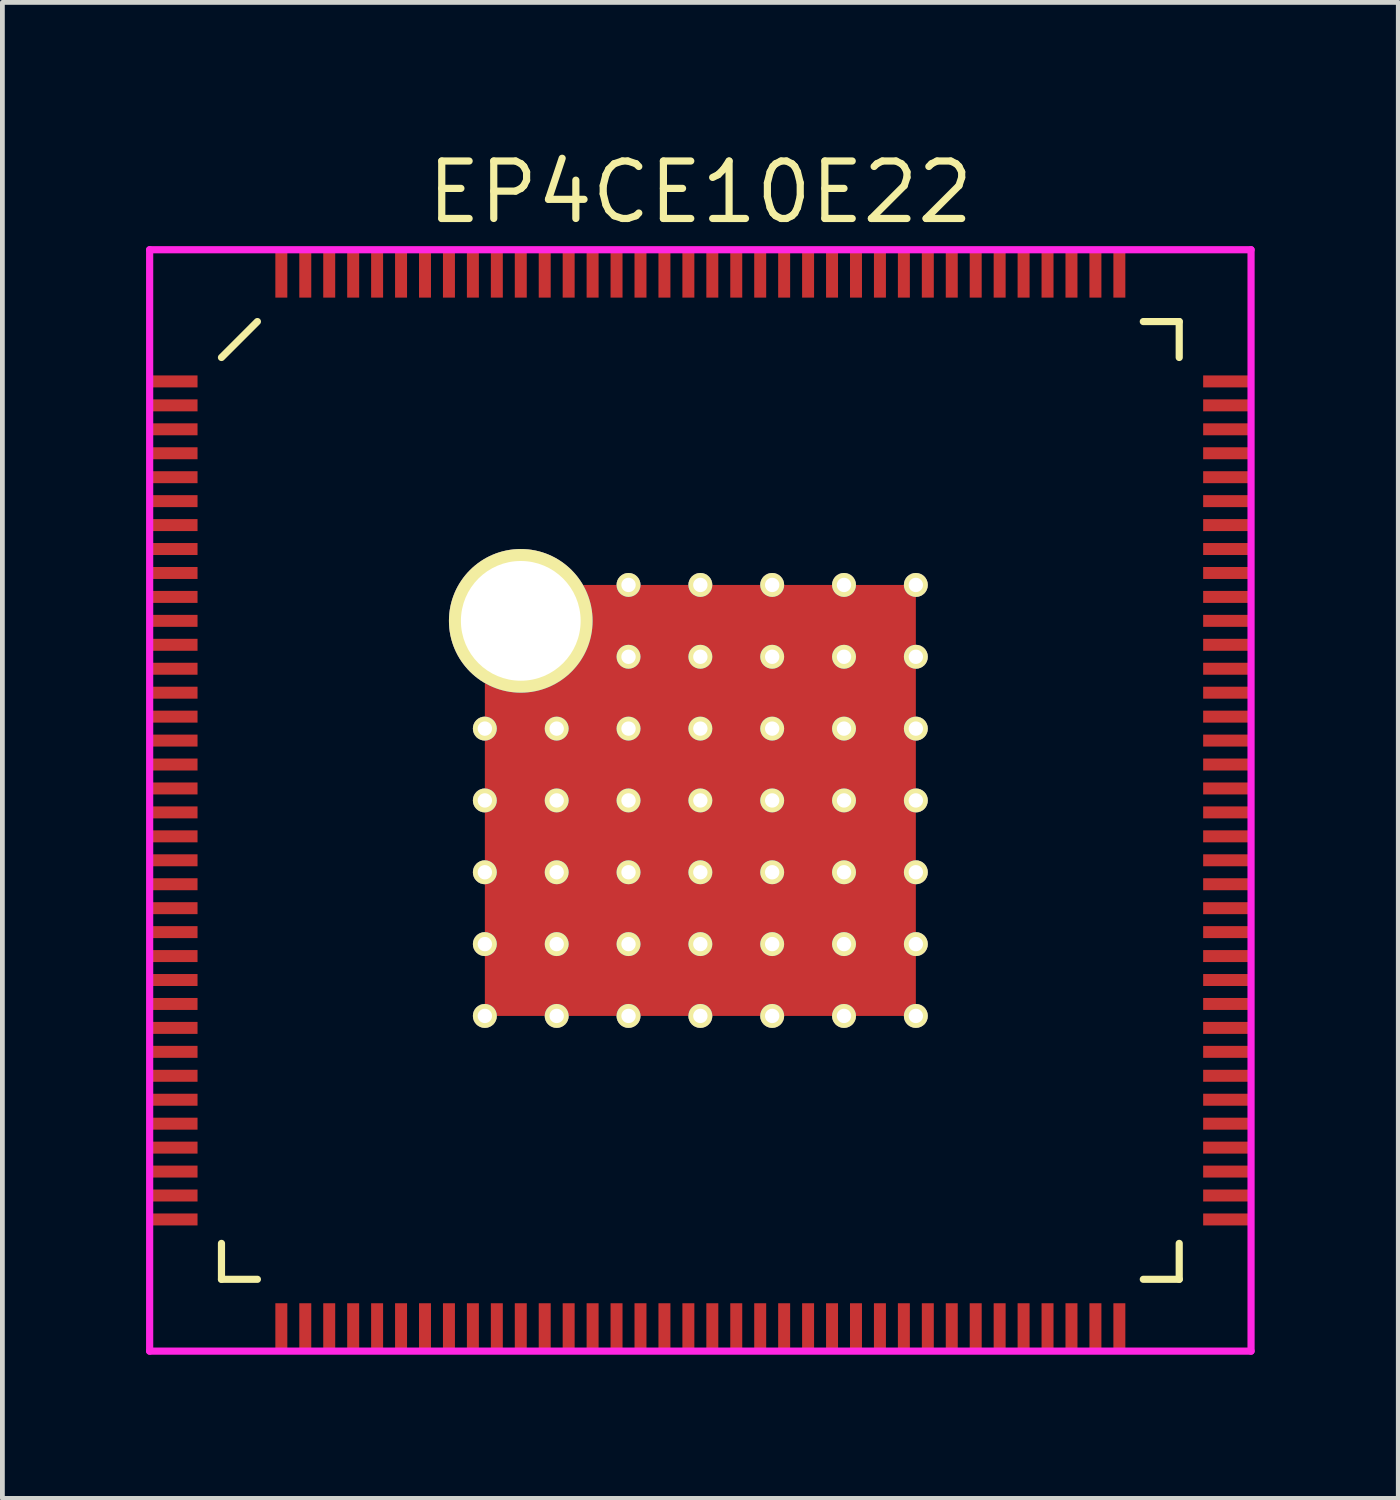
<source format=kicad_pcb>
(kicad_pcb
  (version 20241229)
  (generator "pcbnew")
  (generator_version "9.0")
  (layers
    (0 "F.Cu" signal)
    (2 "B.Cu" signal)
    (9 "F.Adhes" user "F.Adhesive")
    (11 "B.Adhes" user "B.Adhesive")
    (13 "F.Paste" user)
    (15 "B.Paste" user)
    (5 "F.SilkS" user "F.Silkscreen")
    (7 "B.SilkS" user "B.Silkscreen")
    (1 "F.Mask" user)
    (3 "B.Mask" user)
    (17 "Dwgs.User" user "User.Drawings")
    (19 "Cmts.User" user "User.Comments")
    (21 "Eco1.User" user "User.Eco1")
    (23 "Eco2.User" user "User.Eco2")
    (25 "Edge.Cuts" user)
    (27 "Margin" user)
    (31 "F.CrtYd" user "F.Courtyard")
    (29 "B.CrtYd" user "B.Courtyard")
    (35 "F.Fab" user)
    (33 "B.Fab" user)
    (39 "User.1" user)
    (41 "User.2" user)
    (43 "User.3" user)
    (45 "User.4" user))
  (footprint "EP4CE10E22"
    (layer "F.Cu")
    (at 11.575 13.665)
    (property "Reference" "EP4CE10E22" (at 0 -12.7 0) (layer "F.SilkS") (effects (font (size 1.2 1.2) (thickness 0.15))))
    (attr through_hole)
    (fp_line (start -10 -9.25) (end -9.25 -10) (stroke (width 0.15) (type solid)) (layer "F.SilkS"))
    (fp_line (start -10 10) (end -10 9.25) (stroke (width 0.15) (type solid)) (layer "F.SilkS"))
    (fp_line (start -9.25 10) (end -10 10) (stroke (width 0.15) (type solid)) (layer "F.SilkS"))
    (fp_line (start 9.25 -10) (end 10 -10) (stroke (width 0.15) (type solid)) (layer "F.SilkS"))
    (fp_line (start 9.25 10) (end 10 10) (stroke (width 0.15) (type solid)) (layer "F.SilkS"))
    (fp_line (start 10 -10) (end 10 -9.25) (stroke (width 0.15) (type solid)) (layer "F.SilkS"))
    (fp_line (start 10 10) (end 10 9.25) (stroke (width 0.15) (type solid)) (layer "F.SilkS"))
    (fp_line (start -11.5 -11.5) (end 11.5 -11.5) (stroke (width 0.15) (type solid)) (layer "F.CrtYd"))
    (fp_line (start -11.5 11.5) (end -11.5 -11.5) (stroke (width 0.15) (type solid)) (layer "F.CrtYd"))
    (fp_line (start 11.5 -11.5) (end 11.5 11.5) (stroke (width 0.15) (type solid)) (layer "F.CrtYd"))
    (fp_line (start 11.5 11.5) (end -11.5 11.5) (stroke (width 0.15) (type solid)) (layer "F.CrtYd"))
    (pad "1" smd rect (at -11 -8.75 90) (size 0.25 1) (layers "F.Cu" "F.Mask" "F.Paste"))
    (pad "2" smd rect (at -11 -8.25 90) (size 0.25 1) (layers "F.Cu" "F.Mask" "F.Paste"))
    (pad "3" smd rect (at -11 -7.75 90) (size 0.25 1) (layers "F.Cu" "F.Mask" "F.Paste"))
    (pad "4" smd rect (at -11 -7.25 90) (size 0.25 1) (layers "F.Cu" "F.Mask" "F.Paste"))
    (pad "5" smd rect (at -11 -6.75 90) (size 0.25 1) (layers "F.Cu" "F.Mask" "F.Paste"))
    (pad "6" smd rect (at -11 -6.25 90) (size 0.25 1) (layers "F.Cu" "F.Mask" "F.Paste"))
    (pad "7" smd rect (at -11 -5.75 90) (size 0.25 1) (layers "F.Cu" "F.Mask" "F.Paste"))
    (pad "8" smd rect (at -11 -5.25 90) (size 0.25 1) (layers "F.Cu" "F.Mask" "F.Paste"))
    (pad "9" smd rect (at -11 -4.75 90) (size 0.25 1) (layers "F.Cu" "F.Mask" "F.Paste"))
    (pad "10" smd rect (at -11 -4.25 90) (size 0.25 1) (layers "F.Cu" "F.Mask" "F.Paste"))
    (pad "11" smd rect (at -11 -3.75 90) (size 0.25 1) (layers "F.Cu" "F.Mask" "F.Paste"))
    (pad "12" smd rect (at -11 -3.25 90) (size 0.25 1) (layers "F.Cu" "F.Mask" "F.Paste"))
    (pad "13" smd rect (at -11 -2.75 90) (size 0.25 1) (layers "F.Cu" "F.Mask" "F.Paste"))
    (pad "14" smd rect (at -11 -2.25 90) (size 0.25 1) (layers "F.Cu" "F.Mask" "F.Paste"))
    (pad "15" smd rect (at -11 -1.75 90) (size 0.25 1) (layers "F.Cu" "F.Mask" "F.Paste"))
    (pad "16" smd rect (at -11 -1.25 90) (size 0.25 1) (layers "F.Cu" "F.Mask" "F.Paste"))
    (pad "17" smd rect (at -11 -0.75 90) (size 0.25 1) (layers "F.Cu" "F.Mask" "F.Paste"))
    (pad "18" smd rect (at -11 -0.25 90) (size 0.25 1) (layers "F.Cu" "F.Mask" "F.Paste"))
    (pad "19" smd rect (at -11 0.25 90) (size 0.25 1) (layers "F.Cu" "F.Mask" "F.Paste"))
    (pad "20" smd rect (at -11 0.75 90) (size 0.25 1) (layers "F.Cu" "F.Mask" "F.Paste"))
    (pad "21" smd rect (at -11 1.25 90) (size 0.25 1) (layers "F.Cu" "F.Mask" "F.Paste"))
    (pad "22" smd rect (at -11 1.75 90) (size 0.25 1) (layers "F.Cu" "F.Mask" "F.Paste"))
    (pad "23" smd rect (at -11 2.25 90) (size 0.25 1) (layers "F.Cu" "F.Mask" "F.Paste"))
    (pad "24" smd rect (at -11 2.75 90) (size 0.25 1) (layers "F.Cu" "F.Mask" "F.Paste"))
    (pad "25" smd rect (at -11 3.25 90) (size 0.25 1) (layers "F.Cu" "F.Mask" "F.Paste"))
    (pad "26" smd rect (at -11 3.75 90) (size 0.25 1) (layers "F.Cu" "F.Mask" "F.Paste"))
    (pad "27" smd rect (at -11 4.25 90) (size 0.25 1) (layers "F.Cu" "F.Mask" "F.Paste"))
    (pad "28" smd rect (at -11 4.75 90) (size 0.25 1) (layers "F.Cu" "F.Mask" "F.Paste"))
    (pad "29" smd rect (at -11 5.25 90) (size 0.25 1) (layers "F.Cu" "F.Mask" "F.Paste"))
    (pad "30" smd rect (at -11 5.75 90) (size 0.25 1) (layers "F.Cu" "F.Mask" "F.Paste"))
    (pad "31" smd rect (at -11 6.25 90) (size 0.25 1) (layers "F.Cu" "F.Mask" "F.Paste"))
    (pad "32" smd rect (at -11 6.75 90) (size 0.25 1) (layers "F.Cu" "F.Mask" "F.Paste"))
    (pad "33" smd rect (at -11 7.25 90) (size 0.25 1) (layers "F.Cu" "F.Mask" "F.Paste"))
    (pad "34" smd rect (at -11 7.75 90) (size 0.25 1) (layers "F.Cu" "F.Mask" "F.Paste"))
    (pad "35" smd rect (at -11 8.25 90) (size 0.25 1) (layers "F.Cu" "F.Mask" "F.Paste"))
    (pad "36" smd rect (at -11 8.75 90) (size 0.25 1) (layers "F.Cu" "F.Mask" "F.Paste"))
    (pad "37" smd rect (at -8.75 11) (size 0.25 1) (layers "F.Cu" "F.Mask" "F.Paste"))
    (pad "38" smd rect (at -8.25 11) (size 0.25 1) (layers "F.Cu" "F.Mask" "F.Paste"))
    (pad "39" smd rect (at -7.75 11) (size 0.25 1) (layers "F.Cu" "F.Mask" "F.Paste"))
    (pad "40" smd rect (at -7.25 11) (size 0.25 1) (layers "F.Cu" "F.Mask" "F.Paste"))
    (pad "41" smd rect (at -6.75 11) (size 0.25 1) (layers "F.Cu" "F.Mask" "F.Paste"))
    (pad "42" smd rect (at -6.25 11) (size 0.25 1) (layers "F.Cu" "F.Mask" "F.Paste"))
    (pad "43" smd rect (at -5.75 11) (size 0.25 1) (layers "F.Cu" "F.Mask" "F.Paste"))
    (pad "44" smd rect (at -5.25 11) (size 0.25 1) (layers "F.Cu" "F.Mask" "F.Paste"))
    (pad "45" smd rect (at -4.75 11) (size 0.25 1) (layers "F.Cu" "F.Mask" "F.Paste"))
    (pad "46" smd rect (at -4.25 11) (size 0.25 1) (layers "F.Cu" "F.Mask" "F.Paste"))
    (pad "47" smd rect (at -3.75 11) (size 0.25 1) (layers "F.Cu" "F.Mask" "F.Paste"))
    (pad "48" smd rect (at -3.25 11) (size 0.25 1) (layers "F.Cu" "F.Mask" "F.Paste"))
    (pad "49" smd rect (at -2.75 11) (size 0.25 1) (layers "F.Cu" "F.Mask" "F.Paste"))
    (pad "50" smd rect (at -2.25 11) (size 0.25 1) (layers "F.Cu" "F.Mask" "F.Paste"))
    (pad "51" smd rect (at -1.75 11) (size 0.25 1) (layers "F.Cu" "F.Mask" "F.Paste"))
    (pad "52" smd rect (at -1.25 11) (size 0.25 1) (layers "F.Cu" "F.Mask" "F.Paste"))
    (pad "53" smd rect (at -0.75 11) (size 0.25 1) (layers "F.Cu" "F.Mask" "F.Paste"))
    (pad "54" smd rect (at -0.25 11) (size 0.25 1) (layers "F.Cu" "F.Mask" "F.Paste"))
    (pad "55" smd rect (at 0.25 11) (size 0.25 1) (layers "F.Cu" "F.Mask" "F.Paste"))
    (pad "56" smd rect (at 0.75 11) (size 0.25 1) (layers "F.Cu" "F.Mask" "F.Paste"))
    (pad "57" smd rect (at 1.25 11) (size 0.25 1) (layers "F.Cu" "F.Mask" "F.Paste"))
    (pad "58" smd rect (at 1.75 11) (size 0.25 1) (layers "F.Cu" "F.Mask" "F.Paste"))
    (pad "59" smd rect (at 2.25 11) (size 0.25 1) (layers "F.Cu" "F.Mask" "F.Paste"))
    (pad "60" smd rect (at 2.75 11) (size 0.25 1) (layers "F.Cu" "F.Mask" "F.Paste"))
    (pad "61" smd rect (at 3.25 11) (size 0.25 1) (layers "F.Cu" "F.Mask" "F.Paste"))
    (pad "62" smd rect (at 3.75 11) (size 0.25 1) (layers "F.Cu" "F.Mask" "F.Paste"))
    (pad "63" smd rect (at 4.25 11) (size 0.25 1) (layers "F.Cu" "F.Mask" "F.Paste"))
    (pad "64" smd rect (at 4.75 11) (size 0.25 1) (layers "F.Cu" "F.Mask" "F.Paste"))
    (pad "65" smd rect (at 5.25 11) (size 0.25 1) (layers "F.Cu" "F.Mask" "F.Paste"))
    (pad "66" smd rect (at 5.75 11) (size 0.25 1) (layers "F.Cu" "F.Mask" "F.Paste"))
    (pad "67" smd rect (at 6.25 11) (size 0.25 1) (layers "F.Cu" "F.Mask" "F.Paste"))
    (pad "68" smd rect (at 6.75 11) (size 0.25 1) (layers "F.Cu" "F.Mask" "F.Paste"))
    (pad "69" smd rect (at 7.25 11) (size 0.25 1) (layers "F.Cu" "F.Mask" "F.Paste"))
    (pad "70" smd rect (at 7.75 11) (size 0.25 1) (layers "F.Cu" "F.Mask" "F.Paste"))
    (pad "71" smd rect (at 8.25 11) (size 0.25 1) (layers "F.Cu" "F.Mask" "F.Paste"))
    (pad "72" smd rect (at 8.75 11) (size 0.25 1) (layers "F.Cu" "F.Mask" "F.Paste"))
    (pad "73" smd rect (at 11 8.75 90) (size 0.25 1) (layers "F.Cu" "F.Mask" "F.Paste"))
    (pad "74" smd rect (at 11 8.25 90) (size 0.25 1) (layers "F.Cu" "F.Mask" "F.Paste"))
    (pad "75" smd rect (at 11 7.75 90) (size 0.25 1) (layers "F.Cu" "F.Mask" "F.Paste"))
    (pad "76" smd rect (at 11 7.25 90) (size 0.25 1) (layers "F.Cu" "F.Mask" "F.Paste"))
    (pad "77" smd rect (at 11 6.75 90) (size 0.25 1) (layers "F.Cu" "F.Mask" "F.Paste"))
    (pad "78" smd rect (at 11 6.25 90) (size 0.25 1) (layers "F.Cu" "F.Mask" "F.Paste"))
    (pad "79" smd rect (at 11 5.75 90) (size 0.25 1) (layers "F.Cu" "F.Mask" "F.Paste"))
    (pad "80" smd rect (at 11 5.25 90) (size 0.25 1) (layers "F.Cu" "F.Mask" "F.Paste"))
    (pad "81" smd rect (at 11 4.75 90) (size 0.25 1) (layers "F.Cu" "F.Mask" "F.Paste"))
    (pad "82" smd rect (at 11 4.25 90) (size 0.25 1) (layers "F.Cu" "F.Mask" "F.Paste"))
    (pad "83" smd rect (at 11 3.75 90) (size 0.25 1) (layers "F.Cu" "F.Mask" "F.Paste"))
    (pad "84" smd rect (at 11 3.25 90) (size 0.25 1) (layers "F.Cu" "F.Mask" "F.Paste"))
    (pad "85" smd rect (at 11 2.75 90) (size 0.25 1) (layers "F.Cu" "F.Mask" "F.Paste"))
    (pad "86" smd rect (at 11 2.25 90) (size 0.25 1) (layers "F.Cu" "F.Mask" "F.Paste"))
    (pad "87" smd rect (at 11 1.75 90) (size 0.25 1) (layers "F.Cu" "F.Mask" "F.Paste"))
    (pad "88" smd rect (at 11 1.25 90) (size 0.25 1) (layers "F.Cu" "F.Mask" "F.Paste"))
    (pad "89" smd rect (at 11 0.75 90) (size 0.25 1) (layers "F.Cu" "F.Mask" "F.Paste"))
    (pad "90" smd rect (at 11 0.25 90) (size 0.25 1) (layers "F.Cu" "F.Mask" "F.Paste"))
    (pad "91" smd rect (at 11 -0.25 90) (size 0.25 1) (layers "F.Cu" "F.Mask" "F.Paste"))
    (pad "92" smd rect (at 11 -0.75 90) (size 0.25 1) (layers "F.Cu" "F.Mask" "F.Paste"))
    (pad "93" smd rect (at 11 -1.25 90) (size 0.25 1) (layers "F.Cu" "F.Mask" "F.Paste"))
    (pad "94" smd rect (at 11 -1.75 90) (size 0.25 1) (layers "F.Cu" "F.Mask" "F.Paste"))
    (pad "95" smd rect (at 11 -2.25 90) (size 0.25 1) (layers "F.Cu" "F.Mask" "F.Paste"))
    (pad "96" smd rect (at 11 -2.75 90) (size 0.25 1) (layers "F.Cu" "F.Mask" "F.Paste"))
    (pad "97" smd rect (at 11 -3.25 90) (size 0.25 1) (layers "F.Cu" "F.Mask" "F.Paste"))
    (pad "98" smd rect (at 11 -3.75 90) (size 0.25 1) (layers "F.Cu" "F.Mask" "F.Paste"))
    (pad "99" smd rect (at 11 -4.25 90) (size 0.25 1) (layers "F.Cu" "F.Mask" "F.Paste"))
    (pad "100" smd rect (at 11 -4.75 90) (size 0.25 1) (layers "F.Cu" "F.Mask" "F.Paste"))
    (pad "101" smd rect (at 11 -5.25 90) (size 0.25 1) (layers "F.Cu" "F.Mask" "F.Paste"))
    (pad "102" smd rect (at 11 -5.75 90) (size 0.25 1) (layers "F.Cu" "F.Mask" "F.Paste"))
    (pad "103" smd rect (at 11 -6.25 90) (size 0.25 1) (layers "F.Cu" "F.Mask" "F.Paste"))
    (pad "104" smd rect (at 11 -6.75 90) (size 0.25 1) (layers "F.Cu" "F.Mask" "F.Paste"))
    (pad "105" smd rect (at 11 -7.25 90) (size 0.25 1) (layers "F.Cu" "F.Mask" "F.Paste"))
    (pad "106" smd rect (at 11 -7.75 90) (size 0.25 1) (layers "F.Cu" "F.Mask" "F.Paste"))
    (pad "107" smd rect (at 11 -8.25 90) (size 0.25 1) (layers "F.Cu" "F.Mask" "F.Paste"))
    (pad "108" smd rect (at 11 -8.75 90) (size 0.25 1) (layers "F.Cu" "F.Mask" "F.Paste"))
    (pad "109" smd rect (at 8.75 -11) (size 0.25 1) (layers "F.Cu" "F.Mask" "F.Paste"))
    (pad "110" smd rect (at 8.25 -11) (size 0.25 1) (layers "F.Cu" "F.Mask" "F.Paste"))
    (pad "111" smd rect (at 7.75 -11) (size 0.25 1) (layers "F.Cu" "F.Mask" "F.Paste"))
    (pad "112" smd rect (at 7.25 -11) (size 0.25 1) (layers "F.Cu" "F.Mask" "F.Paste"))
    (pad "113" smd rect (at 6.75 -11) (size 0.25 1) (layers "F.Cu" "F.Mask" "F.Paste"))
    (pad "114" smd rect (at 6.25 -11) (size 0.25 1) (layers "F.Cu" "F.Mask" "F.Paste"))
    (pad "115" smd rect (at 5.75 -11) (size 0.25 1) (layers "F.Cu" "F.Mask" "F.Paste"))
    (pad "116" smd rect (at 5.25 -11) (size 0.25 1) (layers "F.Cu" "F.Mask" "F.Paste"))
    (pad "117" smd rect (at 4.75 -11) (size 0.25 1) (layers "F.Cu" "F.Mask" "F.Paste"))
    (pad "118" smd rect (at 4.25 -11) (size 0.25 1) (layers "F.Cu" "F.Mask" "F.Paste"))
    (pad "119" smd rect (at 3.75 -11) (size 0.25 1) (layers "F.Cu" "F.Mask" "F.Paste"))
    (pad "120" smd rect (at 3.25 -11) (size 0.25 1) (layers "F.Cu" "F.Mask" "F.Paste"))
    (pad "121" smd rect (at 2.75 -11) (size 0.25 1) (layers "F.Cu" "F.Mask" "F.Paste"))
    (pad "122" smd rect (at 2.25 -11) (size 0.25 1) (layers "F.Cu" "F.Mask" "F.Paste"))
    (pad "123" smd rect (at 1.75 -11) (size 0.25 1) (layers "F.Cu" "F.Mask" "F.Paste"))
    (pad "124" smd rect (at 1.25 -11) (size 0.25 1) (layers "F.Cu" "F.Mask" "F.Paste"))
    (pad "125" smd rect (at 0.75 -11) (size 0.25 1) (layers "F.Cu" "F.Mask" "F.Paste"))
    (pad "126" smd rect (at 0.25 -11) (size 0.25 1) (layers "F.Cu" "F.Mask" "F.Paste"))
    (pad "127" smd rect (at -0.25 -11) (size 0.25 1) (layers "F.Cu" "F.Mask" "F.Paste"))
    (pad "128" smd rect (at -0.75 -11) (size 0.25 1) (layers "F.Cu" "F.Mask" "F.Paste"))
    (pad "129" smd rect (at -1.25 -11) (size 0.25 1) (layers "F.Cu" "F.Mask" "F.Paste"))
    (pad "130" smd rect (at -1.75 -11) (size 0.25 1) (layers "F.Cu" "F.Mask" "F.Paste"))
    (pad "131" smd rect (at -2.25 -11) (size 0.25 1) (layers "F.Cu" "F.Mask" "F.Paste"))
    (pad "132" smd rect (at -2.75 -11) (size 0.25 1) (layers "F.Cu" "F.Mask" "F.Paste"))
    (pad "133" smd rect (at -3.25 -11) (size 0.25 1) (layers "F.Cu" "F.Mask" "F.Paste"))
    (pad "134" smd rect (at -3.75 -11) (size 0.25 1) (layers "F.Cu" "F.Mask" "F.Paste"))
    (pad "135" smd rect (at -4.25 -11) (size 0.25 1) (layers "F.Cu" "F.Mask" "F.Paste"))
    (pad "136" smd rect (at -4.75 -11) (size 0.25 1) (layers "F.Cu" "F.Mask" "F.Paste"))
    (pad "137" smd rect (at -5.25 -11) (size 0.25 1) (layers "F.Cu" "F.Mask" "F.Paste"))
    (pad "138" smd rect (at -5.75 -11) (size 0.25 1) (layers "F.Cu" "F.Mask" "F.Paste"))
    (pad "139" smd rect (at -6.25 -11) (size 0.25 1) (layers "F.Cu" "F.Mask" "F.Paste"))
    (pad "140" smd rect (at -6.75 -11) (size 0.25 1) (layers "F.Cu" "F.Mask" "F.Paste"))
    (pad "141" smd rect (at -7.25 -11) (size 0.25 1) (layers "F.Cu" "F.Mask" "F.Paste"))
    (pad "142" smd rect (at -7.75 -11) (size 0.25 1) (layers "F.Cu" "F.Mask" "F.Paste"))
    (pad "143" smd rect (at -8.25 -11) (size 0.25 1) (layers "F.Cu" "F.Mask" "F.Paste"))
    (pad "144" smd rect (at -8.75 -11) (size 0.25 1) (layers "F.Cu" "F.Mask" "F.Paste"))
    (pad "145" thru_hole circle (at -4.5 -1.5) (size 0.5 0.5) (drill 0.3) (layers "*.Cu" "*.Mask" "F.SilkS"))
    (pad "145" thru_hole circle (at -4.5 0) (size 0.5 0.5) (drill 0.3) (layers "*.Cu" "*.Mask" "F.SilkS"))
    (pad "145" thru_hole circle (at -4.5 1.5) (size 0.5 0.5) (drill 0.3) (layers "*.Cu" "*.Mask" "F.SilkS"))
    (pad "145" thru_hole circle (at -4.5 3) (size 0.5 0.5) (drill 0.3) (layers "*.Cu" "*.Mask" "F.SilkS"))
    (pad "145" thru_hole circle (at -4.5 4.5) (size 0.5 0.5) (drill 0.3) (layers "*.Cu" "*.Mask" "F.SilkS"))
    (pad "145" thru_hole circle (at -3.75 -3.75) (size 3 3) (drill 2.5) (layers "*.Cu" "*.Mask" "F.SilkS"))
    (pad "145" thru_hole circle (at -3 -1.5) (size 0.5 0.5) (drill 0.3) (layers "*.Cu" "*.Mask" "F.SilkS"))
    (pad "145" thru_hole circle (at -3 0) (size 0.5 0.5) (drill 0.3) (layers "*.Cu" "*.Mask" "F.SilkS"))
    (pad "145" thru_hole circle (at -3 1.5) (size 0.5 0.5) (drill 0.3) (layers "*.Cu" "*.Mask" "F.SilkS"))
    (pad "145" thru_hole circle (at -3 3) (size 0.5 0.5) (drill 0.3) (layers "*.Cu" "*.Mask" "F.SilkS"))
    (pad "145" thru_hole circle (at -3 4.5) (size 0.5 0.5) (drill 0.3) (layers "*.Cu" "*.Mask" "F.SilkS"))
    (pad "145" smd rect (at -2.25 -2.25) (size 4 4) (layers "F.Cu" "F.Mask" "F.Paste"))
    (pad "145" smd rect (at -2.25 2.25) (size 4 4) (layers "F.Cu" "F.Mask" "F.Paste"))
    (pad "145" thru_hole circle (at -1.5 -4.5) (size 0.5 0.5) (drill 0.3) (layers "*.Cu" "*.Mask" "F.SilkS"))
    (pad "145" thru_hole circle (at -1.5 -3) (size 0.5 0.5) (drill 0.3) (layers "*.Cu" "*.Mask" "F.SilkS"))
    (pad "145" thru_hole circle (at -1.5 -1.5) (size 0.5 0.5) (drill 0.3) (layers "*.Cu" "*.Mask" "F.SilkS"))
    (pad "145" thru_hole circle (at -1.5 0) (size 0.5 0.5) (drill 0.3) (layers "*.Cu" "*.Mask" "F.SilkS"))
    (pad "145" thru_hole circle (at -1.5 1.5) (size 0.5 0.5) (drill 0.3) (layers "*.Cu" "*.Mask" "F.SilkS"))
    (pad "145" thru_hole circle (at -1.5 3) (size 0.5 0.5) (drill 0.3) (layers "*.Cu" "*.Mask" "F.SilkS"))
    (pad "145" thru_hole circle (at -1.5 4.5) (size 0.5 0.5) (drill 0.3) (layers "*.Cu" "*.Mask" "F.SilkS"))
    (pad "145" thru_hole circle (at 0 -4.5) (size 0.5 0.5) (drill 0.3) (layers "*.Cu" "*.Mask" "F.SilkS"))
    (pad "145" thru_hole circle (at 0 -3) (size 0.5 0.5) (drill 0.3) (layers "*.Cu" "*.Mask" "F.SilkS"))
    (pad "145" thru_hole circle (at 0 -1.5) (size 0.5 0.5) (drill 0.3) (layers "*.Cu" "*.Mask" "F.SilkS"))
    (pad "145" thru_hole circle (at 0 0) (size 0.5 0.5) (drill 0.3) (layers "*.Cu" "*.Mask" "F.SilkS"))
    (pad "145" smd rect (at 0 0) (size 9 9) (layers "F.Cu" "F.Mask"))
    (pad "145" thru_hole circle (at 0 1.5) (size 0.5 0.5) (drill 0.3) (layers "*.Cu" "*.Mask" "F.SilkS"))
    (pad "145" thru_hole circle (at 0 3) (size 0.5 0.5) (drill 0.3) (layers "*.Cu" "*.Mask" "F.SilkS"))
    (pad "145" thru_hole circle (at 0 4.5) (size 0.5 0.5) (drill 0.3) (layers "*.Cu" "*.Mask" "F.SilkS"))
    (pad "145" thru_hole circle (at 1.5 -4.5) (size 0.5 0.5) (drill 0.3) (layers "*.Cu" "*.Mask" "F.SilkS"))
    (pad "145" thru_hole circle (at 1.5 -3) (size 0.5 0.5) (drill 0.3) (layers "*.Cu" "*.Mask" "F.SilkS"))
    (pad "145" thru_hole circle (at 1.5 -1.5) (size 0.5 0.5) (drill 0.3) (layers "*.Cu" "*.Mask" "F.SilkS"))
    (pad "145" thru_hole circle (at 1.5 0) (size 0.5 0.5) (drill 0.3) (layers "*.Cu" "*.Mask" "F.SilkS"))
    (pad "145" thru_hole circle (at 1.5 1.5) (size 0.5 0.5) (drill 0.3) (layers "*.Cu" "*.Mask" "F.SilkS"))
    (pad "145" thru_hole circle (at 1.5 3) (size 0.5 0.5) (drill 0.3) (layers "*.Cu" "*.Mask" "F.SilkS"))
    (pad "145" thru_hole circle (at 1.5 4.5) (size 0.5 0.5) (drill 0.3) (layers "*.Cu" "*.Mask" "F.SilkS"))
    (pad "145" smd rect (at 2.25 -2.25) (size 4 4) (layers "F.Cu" "F.Mask" "F.Paste"))
    (pad "145" smd rect (at 2.25 2.25) (size 4 4) (layers "F.Cu" "F.Mask" "F.Paste"))
    (pad "145" thru_hole circle (at 3 -4.5) (size 0.5 0.5) (drill 0.3) (layers "*.Cu" "*.Mask" "F.SilkS"))
    (pad "145" thru_hole circle (at 3 -3) (size 0.5 0.5) (drill 0.3) (layers "*.Cu" "*.Mask" "F.SilkS"))
    (pad "145" thru_hole circle (at 3 -1.5) (size 0.5 0.5) (drill 0.3) (layers "*.Cu" "*.Mask" "F.SilkS"))
    (pad "145" thru_hole circle (at 3 0) (size 0.5 0.5) (drill 0.3) (layers "*.Cu" "*.Mask" "F.SilkS"))
    (pad "145" thru_hole circle (at 3 1.5) (size 0.5 0.5) (drill 0.3) (layers "*.Cu" "*.Mask" "F.SilkS"))
    (pad "145" thru_hole circle (at 3 3) (size 0.5 0.5) (drill 0.3) (layers "*.Cu" "*.Mask" "F.SilkS"))
    (pad "145" thru_hole circle (at 3 4.5) (size 0.5 0.5) (drill 0.3) (layers "*.Cu" "*.Mask" "F.SilkS"))
    (pad "145" thru_hole circle (at 4.5 -4.5) (size 0.5 0.5) (drill 0.3) (layers "*.Cu" "*.Mask" "F.SilkS"))
    (pad "145" thru_hole circle (at 4.5 -3) (size 0.5 0.5) (drill 0.3) (layers "*.Cu" "*.Mask" "F.SilkS"))
    (pad "145" thru_hole circle (at 4.5 -1.5) (size 0.5 0.5) (drill 0.3) (layers "*.Cu" "*.Mask" "F.SilkS"))
    (pad "145" thru_hole circle (at 4.5 0) (size 0.5 0.5) (drill 0.3) (layers "*.Cu" "*.Mask" "F.SilkS"))
    (pad "145" thru_hole circle (at 4.5 1.5) (size 0.5 0.5) (drill 0.3) (layers "*.Cu" "*.Mask" "F.SilkS"))
    (pad "145" thru_hole circle (at 4.5 3) (size 0.5 0.5) (drill 0.3) (layers "*.Cu" "*.Mask" "F.SilkS"))
    (pad "145" thru_hole circle (at 4.5 4.5) (size 0.5 0.5) (drill 0.3) (layers "*.Cu" "*.Mask" "F.SilkS")))
  (gr_rect
    (start -3 -3)
    (end 26.15 28.24)
    (stroke (width 0.1) (type default))
    (fill no)
    (layer "Edge.Cuts")))
</source>
